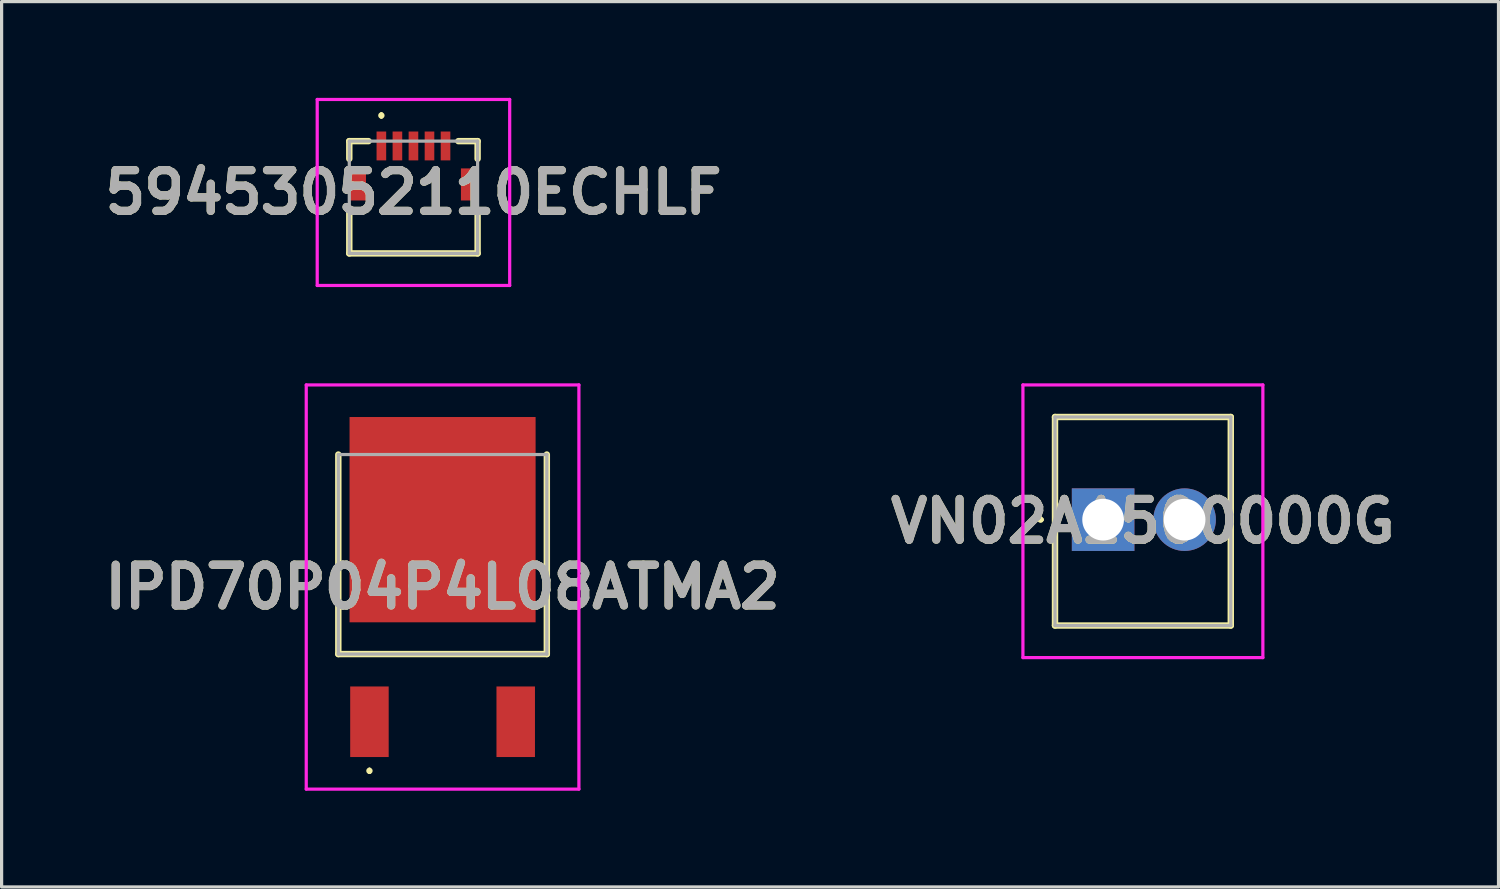
<source format=kicad_pcb>
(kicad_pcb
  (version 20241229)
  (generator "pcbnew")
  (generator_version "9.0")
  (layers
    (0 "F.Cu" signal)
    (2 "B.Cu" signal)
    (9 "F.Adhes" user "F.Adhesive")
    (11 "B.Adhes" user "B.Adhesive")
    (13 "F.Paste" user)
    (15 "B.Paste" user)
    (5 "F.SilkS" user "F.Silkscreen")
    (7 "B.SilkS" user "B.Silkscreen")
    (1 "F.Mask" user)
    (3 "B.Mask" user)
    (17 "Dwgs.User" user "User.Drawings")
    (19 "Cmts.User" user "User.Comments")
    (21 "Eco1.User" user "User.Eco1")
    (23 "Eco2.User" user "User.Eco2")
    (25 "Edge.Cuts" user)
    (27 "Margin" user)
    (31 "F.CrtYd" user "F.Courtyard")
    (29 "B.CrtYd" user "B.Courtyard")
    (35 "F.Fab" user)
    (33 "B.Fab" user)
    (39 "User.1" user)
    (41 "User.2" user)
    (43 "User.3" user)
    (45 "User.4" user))
  (footprint "IPD70P04P4L08ATMA2"
    (layer "F.Cu")
    (at 10.747 14.23)
    (property "Reference" "IPD70P04P4L08ATMA2" (at 0 1.02 0) (layer "F.SilkS") (effects (font (size 1.27 1.27) (thickness 0.254))))
    (attr smd)
    (fp_line (start -3.25 -3.11) (end -3.25 3.11) (stroke (width 0.2) (type solid)) (layer "F.SilkS"))
    (fp_line (start -3.25 3.11) (end 3.25 3.11) (stroke (width 0.2) (type solid)) (layer "F.SilkS"))
    (fp_line (start -2.28 6.7) (end -2.28 6.7) (stroke (width 0.1) (type solid)) (layer "F.SilkS"))
    (fp_line (start -2.28 6.8) (end -2.28 6.8) (stroke (width 0.1) (type solid)) (layer "F.SilkS"))
    (fp_line (start 3.25 3.11) (end 3.25 -3.11) (stroke (width 0.2) (type solid)) (layer "F.SilkS"))
    (fp_arc (start -2.28 6.7) (mid -2.23 6.75) (end -2.28 6.8) (stroke (width 0.1) (type solid)) (layer "F.SilkS"))
    (fp_arc (start -2.28 6.8) (mid -2.33 6.75) (end -2.28 6.7) (stroke (width 0.1) (type solid)) (layer "F.SilkS"))
    (fp_line (start -4.25 -5.28) (end 4.25 -5.28) (stroke (width 0.1) (type solid)) (layer "F.CrtYd"))
    (fp_line (start -4.25 7.32) (end -4.25 -5.28) (stroke (width 0.1) (type solid)) (layer "F.CrtYd"))
    (fp_line (start 4.25 -5.28) (end 4.25 7.32) (stroke (width 0.1) (type solid)) (layer "F.CrtYd"))
    (fp_line (start 4.25 7.32) (end -4.25 7.32) (stroke (width 0.1) (type solid)) (layer "F.CrtYd"))
    (fp_line (start -3.25 -3.11) (end 3.25 -3.11) (stroke (width 0.1) (type solid)) (layer "F.Fab"))
    (fp_line (start -3.25 3.11) (end -3.25 -3.11) (stroke (width 0.1) (type solid)) (layer "F.Fab"))
    (fp_line (start 3.25 -3.11) (end 3.25 3.11) (stroke (width 0.1) (type solid)) (layer "F.Fab"))
    (fp_line (start 3.25 3.11) (end -3.25 3.11) (stroke (width 0.1) (type solid)) (layer "F.Fab"))
    (fp_text user "${REFERENCE}" (at 0 1.02 0) (layer "F.Fab") (effects (font (size 1.27 1.27) (thickness 0.254))))
    (pad "1" smd rect (at -2.28 5.22) (size 1.2 2.2) (layers "F.Cu" "F.Mask" "F.Paste"))
    (pad "2" smd rect (at 0 -1.08) (size 5.8 6.4) (layers "F.Cu" "F.Mask" "F.Paste"))
    (pad "3" smd rect (at 2.28 5.22) (size 1.2 2.2) (layers "F.Cu" "F.Mask" "F.Paste")))
  (footprint "VN02A1500000G"
    (layer "F.Cu")
    (at 31.339 13.15)
    (property "Reference" "VN02A1500000G" (at 1.24 0.05 0) (layer "F.SilkS") (effects (font (size 1.27 1.27) (thickness 0.254))))
    (attr through_hole)
    (fp_line (start -2 0) (end -2 0) (stroke (width 0.1) (type solid)) (layer "F.SilkS"))
    (fp_line (start -1.9 0) (end -1.9 0) (stroke (width 0.1) (type solid)) (layer "F.SilkS"))
    (fp_line (start -1.5 -3.2) (end -1.5 3.3) (stroke (width 0.2) (type solid)) (layer "F.SilkS"))
    (fp_line (start -1.5 3.3) (end 3.98 3.3) (stroke (width 0.2) (type solid)) (layer "F.SilkS"))
    (fp_line (start 3.98 -3.2) (end -1.5 -3.2) (stroke (width 0.2) (type solid)) (layer "F.SilkS"))
    (fp_line (start 3.98 3.3) (end 3.98 -3.2) (stroke (width 0.2) (type solid)) (layer "F.SilkS"))
    (fp_arc (start -2 0) (mid -1.95 -0.05) (end -1.9 0) (stroke (width 0.1) (type solid)) (layer "F.SilkS"))
    (fp_arc (start -1.9 0) (mid -1.95 0.05) (end -2 0) (stroke (width 0.1) (type solid)) (layer "F.SilkS"))
    (fp_line (start -2.5 -4.2) (end 4.98 -4.2) (stroke (width 0.1) (type solid)) (layer "F.CrtYd"))
    (fp_line (start -2.5 4.3) (end -2.5 -4.2) (stroke (width 0.1) (type solid)) (layer "F.CrtYd"))
    (fp_line (start 4.98 -4.2) (end 4.98 4.3) (stroke (width 0.1) (type solid)) (layer "F.CrtYd"))
    (fp_line (start 4.98 4.3) (end -2.5 4.3) (stroke (width 0.1) (type solid)) (layer "F.CrtYd"))
    (fp_line (start -1.5 -3.2) (end -1.5 3.3) (stroke (width 0.1) (type solid)) (layer "F.Fab"))
    (fp_line (start -1.5 3.3) (end 3.98 3.3) (stroke (width 0.1) (type solid)) (layer "F.Fab"))
    (fp_line (start 3.98 -3.2) (end -1.5 -3.2) (stroke (width 0.1) (type solid)) (layer "F.Fab"))
    (fp_line (start 3.98 3.3) (end 3.98 -3.2) (stroke (width 0.1) (type solid)) (layer "F.Fab"))
    (fp_text user "${REFERENCE}" (at 1.24 0.05 0) (layer "F.Fab") (effects (font (size 1.27 1.27) (thickness 0.254))))
    (pad "1" thru_hole rect (at 0 0) (size 1.95 1.95) (drill 1.3) (layers "*.Cu" "*.Mask"))
    (pad "2" thru_hole circle (at 2.54 0) (size 1.95 1.95) (drill 1.3) (layers "*.Cu" "*.Mask")))
  (footprint "59453052110ECHLF"
    (layer "F.Cu")
    (at 9.839 3.1)
    (property "Reference" "59453052110ECHLF" (at 0 -0.15 0) (layer "F.SilkS") (effects (font (size 1.27 1.27) (thickness 0.254))))
    (attr smd)
    (fp_line (start -2 -1.75) (end -2 -1.2) (stroke (width 0.2) (type solid)) (layer "F.SilkS"))
    (fp_line (start -2 0.4) (end -2 1.75) (stroke (width 0.2) (type solid)) (layer "F.SilkS"))
    (fp_line (start -2 1.75) (end 2 1.75) (stroke (width 0.2) (type solid)) (layer "F.SilkS"))
    (fp_line (start -1.4 -1.75) (end -2 -1.75) (stroke (width 0.2) (type solid)) (layer "F.SilkS"))
    (fp_line (start -1 -2.6) (end -1 -2.6) (stroke (width 0.1) (type solid)) (layer "F.SilkS"))
    (fp_line (start -1 -2.5) (end -1 -2.5) (stroke (width 0.1) (type solid)) (layer "F.SilkS"))
    (fp_line (start 1.4 -1.75) (end 2 -1.75) (stroke (width 0.2) (type solid)) (layer "F.SilkS"))
    (fp_line (start 2 -1.75) (end 2 -1.2) (stroke (width 0.2) (type solid)) (layer "F.SilkS"))
    (fp_line (start 2 1.75) (end 2 0.4) (stroke (width 0.2) (type solid)) (layer "F.SilkS"))
    (fp_arc (start -1 -2.6) (mid -0.95 -2.55) (end -1 -2.5) (stroke (width 0.1) (type solid)) (layer "F.SilkS"))
    (fp_arc (start -1 -2.5) (mid -1.05 -2.55) (end -1 -2.6) (stroke (width 0.1) (type solid)) (layer "F.SilkS"))
    (fp_line (start -3 -3.05) (end 3 -3.05) (stroke (width 0.1) (type solid)) (layer "F.CrtYd"))
    (fp_line (start -3 2.75) (end -3 -3.05) (stroke (width 0.1) (type solid)) (layer "F.CrtYd"))
    (fp_line (start 3 -3.05) (end 3 2.75) (stroke (width 0.1) (type solid)) (layer "F.CrtYd"))
    (fp_line (start 3 2.75) (end -3 2.75) (stroke (width 0.1) (type solid)) (layer "F.CrtYd"))
    (fp_line (start -2 -1.75) (end 2 -1.75) (stroke (width 0.1) (type solid)) (layer "F.Fab"))
    (fp_line (start -2 1.75) (end -2 -1.75) (stroke (width 0.1) (type solid)) (layer "F.Fab"))
    (fp_line (start 2 -1.75) (end 2 1.75) (stroke (width 0.1) (type solid)) (layer "F.Fab"))
    (fp_line (start 2 1.75) (end -2 1.75) (stroke (width 0.1) (type solid)) (layer "F.Fab"))
    (fp_text user "${REFERENCE}" (at 0 -0.15 0) (layer "F.Fab") (effects (font (size 1.27 1.27) (thickness 0.254))))
    (pad "1" smd rect (at -1 -1.6) (size 0.3 0.9) (layers "F.Cu" "F.Mask" "F.Paste"))
    (pad "2" smd rect (at -0.5 -1.6) (size 0.3 0.9) (layers "F.Cu" "F.Mask" "F.Paste"))
    (pad "3" smd rect (at 0 -1.6) (size 0.3 0.9) (layers "F.Cu" "F.Mask" "F.Paste"))
    (pad "4" smd rect (at 0.5 -1.6) (size 0.3 0.9) (layers "F.Cu" "F.Mask" "F.Paste"))
    (pad "5" smd rect (at 1 -1.6) (size 0.3 0.9) (layers "F.Cu" "F.Mask" "F.Paste"))
    (pad "6" smd rect (at -1.74 -0.4) (size 0.52 1) (layers "F.Cu" "F.Mask" "F.Paste"))
    (pad "7" smd rect (at 1.74 -0.4) (size 0.52 1) (layers "F.Cu" "F.Mask" "F.Paste")))
  (gr_rect
    (start -3 -3)
    (end 43.665 24.6)
    (stroke (width 0.1) (type default))
    (fill no)
    (layer "Edge.Cuts")))
</source>
